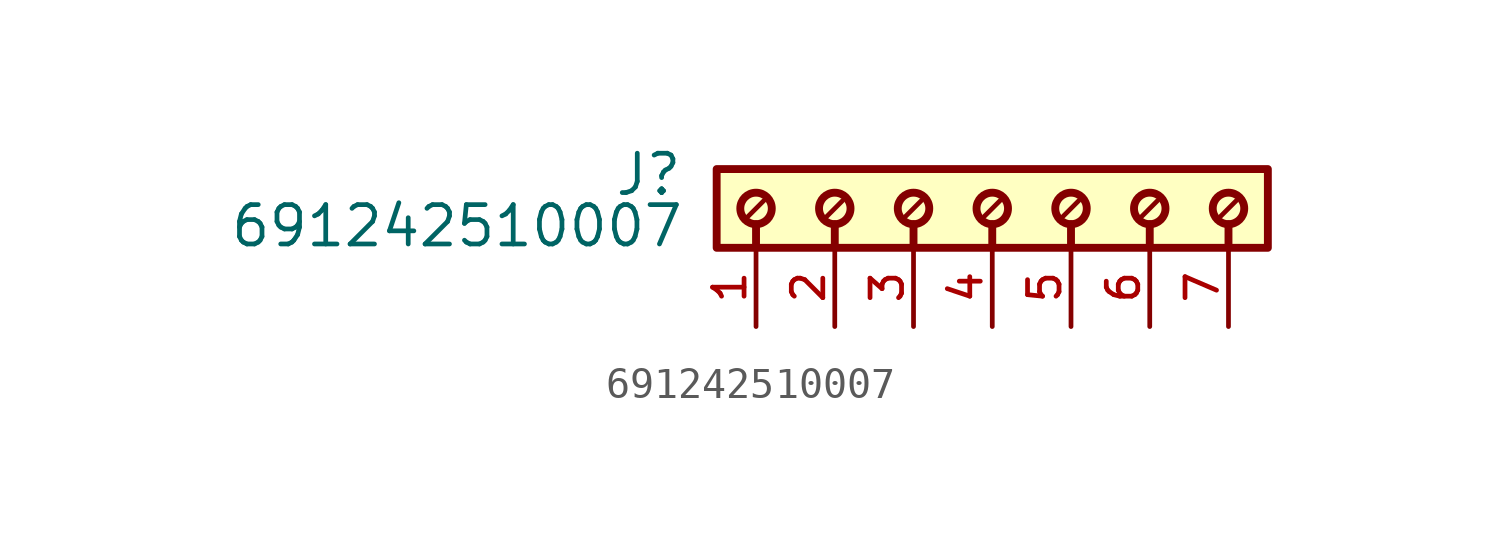
<source format=kicad_sym>
(kicad_symbol_lib
  (version 20211014)
  (generator kicad_symbol_editor)
  (symbol "691242510007"
    (pin_names
      (offset 1.016))
    (property "Reference" "J"
      (at -9.96 -0.922 0)
      (effects (font (size 1.27 1.27)) (justify bottom right)))
    (property "Value" "691242510007"
      (at -9.91 -2.58 0)
      (effects (font (size 1.27 1.27)) (justify bottom right)))
    (symbol "691242510007_0_0"
      (polyline (pts (xy -7.62 -1.778) (xy -7.62 -2.54)) (stroke (width 0.254)))
      (polyline (pts (xy -5.08 -1.778) (xy -5.08 -2.54)) (stroke (width 0.254)))
      (polyline (pts (xy -7.366 -1.016) (xy -7.874 -1.524)) (stroke (width 0.152)))
      (polyline (pts (xy -4.826 -1.016) (xy -5.334 -1.524)) (stroke (width 0.152)))
      (polyline (pts (xy -2.54 -1.778) (xy -2.54 -2.54)) (stroke (width 0.254)))
      (polyline (pts (xy -2.286 -1.016) (xy -2.794 -1.524)) (stroke (width 0.152)))
      (polyline (pts (xy 0.0 -1.778) (xy 0.0 -2.54)) (stroke (width 0.254)))
      (polyline (pts (xy 0.254 -1.016) (xy -0.254 -1.524)) (stroke (width 0.152)))
      (polyline (pts (xy 2.54 -1.778) (xy 2.54 -2.54)) (stroke (width 0.254)))
      (polyline (pts (xy 2.794 -1.016) (xy 2.286 -1.524)) (stroke (width 0.152)))
      (polyline (pts (xy 5.08 -1.778) (xy 5.08 -2.54)) (stroke (width 0.254)))
      (polyline (pts (xy 5.334 -1.016) (xy 4.826 -1.524)) (stroke (width 0.152)))
      (polyline (pts (xy 7.62 -1.778) (xy 7.62 -2.54)) (stroke (width 0.254)))
      (polyline (pts (xy 7.874 -1.016) (xy 7.366 -1.524)) (stroke (width 0.152)))
      (circle (center -7.62 -1.27) (radius 0.508) (stroke (width 0.254)) (fill (type none)))
      (circle (center -5.08 -1.27) (radius 0.508) (stroke (width 0.254)) (fill (type none)))
      (circle (center -2.54 -1.27) (radius 0.508) (stroke (width 0.254)) (fill (type none)))
      (circle (center 0.0 -1.27) (radius 0.508) (stroke (width 0.254)) (fill (type none)))
      (circle (center 2.54 -1.27) (radius 0.508) (stroke (width 0.254)) (fill (type none)))
      (circle (center 5.08 -1.27) (radius 0.508) (stroke (width 0.254)) (fill (type none)))
      (circle (center 7.62 -1.27) (radius 0.508) (stroke (width 0.254)) (fill (type none)))
      (rectangle (start -8.89 -2.54) (end 8.89 0.0) (stroke (width 0.254)) (fill (type background)))
      (pin passive line (at -7.62 -5.08 90.0) (length 2.54) (name "~" (effects (font (size 1.016 1.016)))) (number "1" (effects (font (size 1.016 1.016)))))
      (pin passive line (at -5.08 -5.08 90.0) (length 2.54) (name "~" (effects (font (size 1.016 1.016)))) (number "2" (effects (font (size 1.016 1.016)))))
      (pin passive line (at -2.54 -5.08 90.0) (length 2.54) (name "~" (effects (font (size 1.016 1.016)))) (number "3" (effects (font (size 1.016 1.016)))))
      (pin passive line (at 0.0 -5.08 90.0) (length 2.54) (name "~" (effects (font (size 1.016 1.016)))) (number "4" (effects (font (size 1.016 1.016)))))
      (pin passive line (at 2.54 -5.08 90.0) (length 2.54) (name "~" (effects (font (size 1.016 1.016)))) (number "5" (effects (font (size 1.016 1.016)))))
      (pin passive line (at 5.08 -5.08 90.0) (length 2.54) (name "~" (effects (font (size 1.016 1.016)))) (number "6" (effects (font (size 1.016 1.016)))))
      (pin passive line (at 7.62 -5.08 90.0) (length 2.54) (name "~" (effects (font (size 1.016 1.016)))) (number "7" (effects (font (size 1.016 1.016))))))))
</source>
